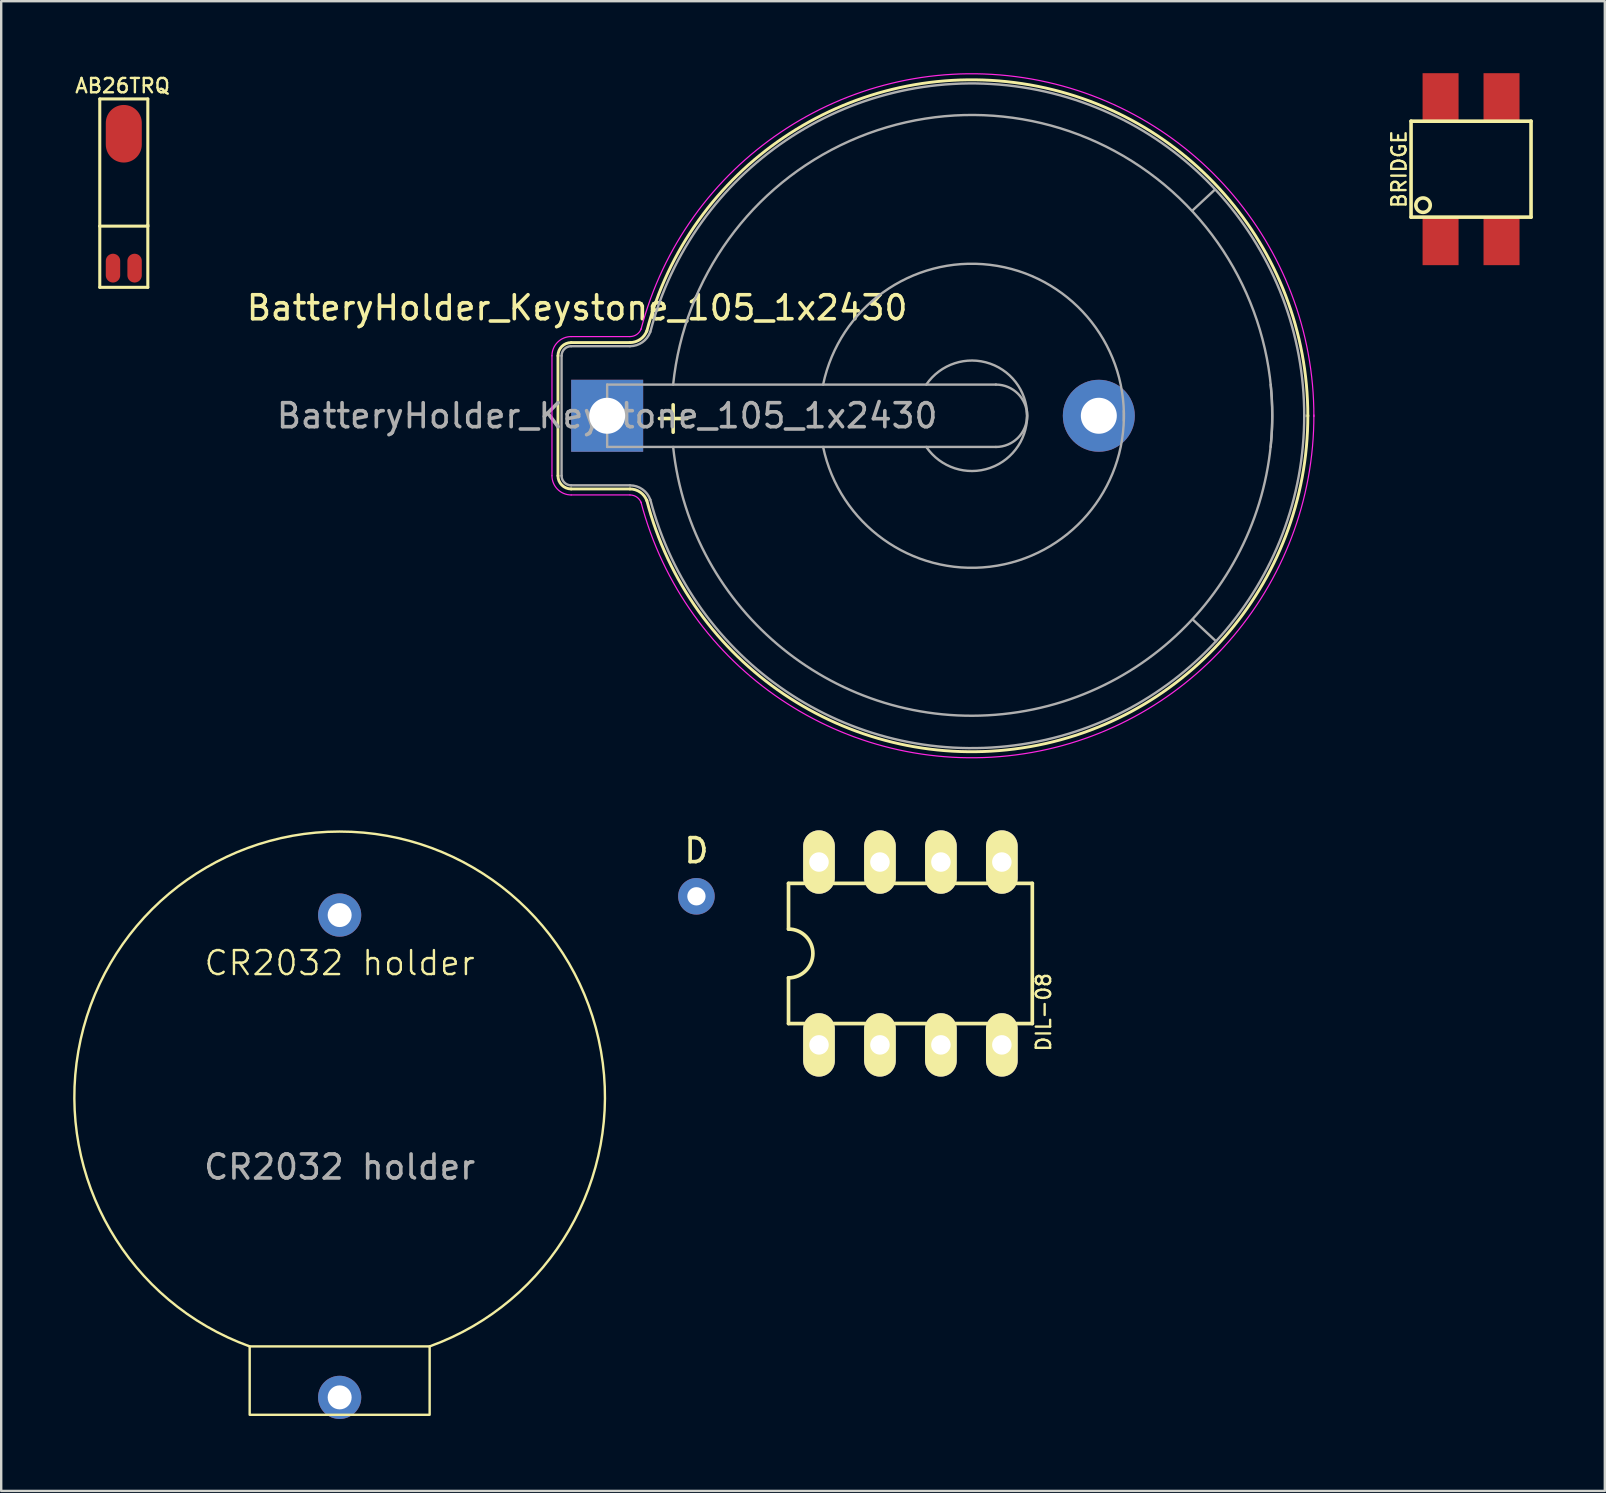
<source format=kicad_pcb>
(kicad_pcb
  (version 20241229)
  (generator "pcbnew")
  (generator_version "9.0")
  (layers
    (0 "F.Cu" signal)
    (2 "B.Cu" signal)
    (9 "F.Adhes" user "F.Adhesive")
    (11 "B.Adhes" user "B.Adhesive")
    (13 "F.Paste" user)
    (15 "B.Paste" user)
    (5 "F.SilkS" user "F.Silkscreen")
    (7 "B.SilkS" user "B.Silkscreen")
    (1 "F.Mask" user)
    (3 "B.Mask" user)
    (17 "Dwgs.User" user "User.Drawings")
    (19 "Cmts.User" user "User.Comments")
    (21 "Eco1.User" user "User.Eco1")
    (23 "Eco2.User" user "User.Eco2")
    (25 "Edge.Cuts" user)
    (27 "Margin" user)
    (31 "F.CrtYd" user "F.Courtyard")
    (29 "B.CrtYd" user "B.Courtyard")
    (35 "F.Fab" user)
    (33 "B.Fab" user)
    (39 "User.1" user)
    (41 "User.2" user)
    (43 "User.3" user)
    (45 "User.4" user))
  (footprint "AB26TRQ"
    (layer "F.Cu")
    (at 2.109 8.124)
    (property "Reference" "AB26TRQ" (at -0.051 -7.6 0) (layer "F.SilkS") (effects (font (size 0.599 0.599) (thickness 0.099))))
    (attr through_hole)
    (fp_line (start -1.001 -7.051) (end -1.001 -1.75) (stroke (width 0.127) (type solid)) (layer "F.SilkS"))
    (fp_line (start -1.001 -1.75) (end -1.001 0.8) (stroke (width 0.127) (type solid)) (layer "F.SilkS"))
    (fp_line (start -1.001 -1.75) (end 1.001 -1.75) (stroke (width 0.127) (type solid)) (layer "F.SilkS"))
    (fp_line (start -1.001 0.8) (end 1.001 0.8) (stroke (width 0.127) (type solid)) (layer "F.SilkS"))
    (fp_line (start 0 -7.051) (end -1.001 -7.051) (stroke (width 0.127) (type solid)) (layer "F.SilkS"))
    (fp_line (start 1.001 -7.051) (end 0.051 -7.051) (stroke (width 0.127) (type solid)) (layer "F.SilkS"))
    (fp_line (start 1.001 -1.75) (end 1.001 -7.051) (stroke (width 0.127) (type solid)) (layer "F.SilkS"))
    (fp_line (start 1.001 0.8) (end 1.001 -1.801) (stroke (width 0.127) (type solid)) (layer "F.SilkS"))
    (pad "1" smd oval (at -0.45 0) (size 0.6 1.2) (layers "F.Cu" "F.Mask" "F.Paste"))
    (pad "2" smd oval (at 0.45 0) (size 0.6 1.2) (layers "F.Cu" "F.Mask" "F.Paste"))
    (pad "3" smd oval (at 0 -5.6) (size 1.5 2.4) (layers "F.Cu" "F.Mask" "F.Paste")))
  (footprint "D"
    (layer "F.Cu")
    (at 25.973 34.303)
    (property "Reference" "D" (at 0 -1.9 0) (layer "F.SilkS") (effects (font (size 1 1) (thickness 0.15))))
    (attr through_hole)
    (pad "1" thru_hole circle (at 0 0) (size 1.524 1.524) (drill 0.762) (layers "*.Cu" "*.Mask")))
  (footprint "CR2032 holder"
    (layer "F.Cu")
    (at 11.105 43.085)
    (property "Reference" "CR2032 holder" (at 0 -6 0) (unlocked yes) (layer "F.SilkS") (effects (font (size 1 1) (thickness 0.1))))
    (attr through_hole)
    (fp_rect (start 3.75 12.825) (end -3.75 9.975) (stroke (width 0.1) (type default)) (fill no) (layer "F.SilkS"))
    (fp_arc (start -3.75 9.975) (mid 0 -11.480429) (end 3.75 9.975) (stroke (width 0.1) (type default)) (layer "F.SilkS"))
    (fp_text user "${REFERENCE}" (at 0 2.5 0) (unlocked yes) (layer "F.Fab") (effects (font (size 1 1) (thickness 0.15))))
    (pad "1" thru_hole circle (at 0 -8) (size 1.8 1.8) (drill 1) (layers "*.Cu" "*.Mask"))
    (pad "2" thru_hole circle (at 0 12.1) (size 1.8 1.8) (drill 1) (layers "*.Cu" "*.Mask")))
  (footprint "DIL-08"
    (layer "F.Cu")
    (at 34.891 36.685)
    (property "Reference" "DIL-08" (at 5.55 2.449 90) (layer "F.SilkS") (effects (font (size 0.599 0.599) (thickness 0.099))))
    (attr exclude_from_pos_files exclude_from_bom)
    (fp_line (start -5.08 -2.921) (end -5.08 -1.016) (stroke (width 0.152) (type solid)) (layer "F.SilkS"))
    (fp_line (start -5.08 2.921) (end -5.08 1.016) (stroke (width 0.152) (type solid)) (layer "F.SilkS"))
    (fp_line (start -5.08 2.921) (end 5.08 2.921) (stroke (width 0.152) (type solid)) (layer "F.SilkS"))
    (fp_line (start 5.08 -2.921) (end -5.08 -2.921) (stroke (width 0.152) (type solid)) (layer "F.SilkS"))
    (fp_line (start 5.08 -2.921) (end 5.08 2.921) (stroke (width 0.152) (type solid)) (layer "F.SilkS"))
    (fp_arc (start -5.08 -1.016) (mid -4.064 0) (end -5.08 1.016) (stroke (width 0.1524) (type solid)) (layer "F.SilkS"))
    (pad "1" thru_hole oval (at -3.81 3.81) (size 1.321 2.642) (drill 0.813) (layers "*.Cu" "*.Mask" "F.SilkS" "B.Paste"))
    (pad "2" thru_hole oval (at -1.27 3.81) (size 1.321 2.642) (drill 0.813) (layers "*.Cu" "*.Mask" "F.SilkS" "B.Paste"))
    (pad "3" thru_hole oval (at 1.27 3.81) (size 1.321 2.642) (drill 0.813) (layers "*.Cu" "*.Mask" "F.SilkS" "B.Paste"))
    (pad "4" thru_hole oval (at 3.81 3.81) (size 1.321 2.642) (drill 0.813) (layers "*.Cu" "*.Mask" "F.SilkS" "B.Paste"))
    (pad "5" thru_hole oval (at 3.81 -3.81) (size 1.321 2.642) (drill 0.813) (layers "*.Cu" "*.Mask" "F.SilkS" "B.Paste"))
    (pad "6" thru_hole oval (at 1.27 -3.81) (size 1.321 2.642) (drill 0.813) (layers "*.Cu" "*.Mask" "F.SilkS" "B.Paste"))
    (pad "7" thru_hole oval (at -1.27 -3.81) (size 1.321 2.642) (drill 0.813) (layers "*.Cu" "*.Mask" "F.SilkS" "B.Paste"))
    (pad "8" thru_hole oval (at -3.81 -3.81) (size 1.321 2.642) (drill 0.813) (layers "*.Cu" "*.Mask" "F.SilkS" "B.Paste")))
  (footprint "BatteryHolder_Keystone_105_1x2430"
    (layer "F.Cu")
    (at 22.253 14.277)
    (property "Reference" "BatteryHolder_Keystone_105_1x2430" (at -1.25 -4.5 0) (layer "F.SilkS") (effects (font (size 1 1) (thickness 0.15))))
    (attr through_hole)
    (fp_line (start -2.05 -2.5) (end -2.05 2.5) (stroke (width 0.12) (type solid)) (layer "F.SilkS"))
    (fp_line (start -1.5 3.05) (end 0.95 3.05) (stroke (width 0.12) (type solid)) (layer "F.SilkS"))
    (fp_line (start 0.95 -3.05) (end -1.5 -3.05) (stroke (width 0.12) (type solid)) (layer "F.SilkS"))
    (fp_arc (start -2.05 -2.5) (mid -1.888909 -2.888909) (end -1.5 -3.05) (stroke (width 0.12) (type solid)) (layer "F.SilkS"))
    (fp_arc (start -1.5 3.05) (mid -1.888909 2.888909) (end -2.05 2.5) (stroke (width 0.12) (type solid)) (layer "F.SilkS"))
    (fp_arc (start 0.95 3.05) (mid 1.380182 3.185636) (end 1.654769 3.543485) (stroke (width 0.12) (type solid)) (layer "F.SilkS"))
    (fp_arc (start 1.65 -3.52) (mid 16.981862 -13.885887) (end 29.199738 0.015231) (stroke (width 0.12) (type solid)) (layer "F.SilkS"))
    (fp_arc (start 1.654769 -3.543485) (mid 1.380182 -3.185636) (end 0.95 -3.05) (stroke (width 0.12) (type solid)) (layer "F.SilkS"))
    (fp_arc (start 29.199738 -0.015231) (mid 16.981862 13.885887) (end 1.65 3.52) (stroke (width 0.12) (type solid)) (layer "F.SilkS"))
    (fp_line (start -2.3 -2.5) (end -2.3 2.5) (stroke (width 0.05) (type solid)) (layer "F.CrtYd"))
    (fp_line (start -1.5 3.3) (end 0.95 3.3) (stroke (width 0.05) (type solid)) (layer "F.CrtYd"))
    (fp_line (start 0.95 -3.3) (end -1.5 -3.3) (stroke (width 0.05) (type solid)) (layer "F.CrtYd"))
    (fp_arc (start -2.3 -2.5) (mid -2.065685 -3.065685) (end -1.5 -3.3) (stroke (width 0.05) (type solid)) (layer "F.CrtYd"))
    (fp_arc (start -1.5 3.3) (mid -2.065685 3.065685) (end -2.3 2.5) (stroke (width 0.05) (type solid)) (layer "F.CrtYd"))
    (fp_arc (start 0.95 3.3) (mid 1.236788 3.390424) (end 1.419846 3.62899) (stroke (width 0.05) (type solid)) (layer "F.CrtYd"))
    (fp_arc (start 1.41 -3.6) (mid 17.030934 -14.134065) (end 29.452124 0.032591) (stroke (width 0.05) (type solid)) (layer "F.CrtYd"))
    (fp_arc (start 1.419846 -3.62899) (mid 1.236788 -3.390424) (end 0.95 -3.3) (stroke (width 0.05) (type solid)) (layer "F.CrtYd"))
    (fp_arc (start 29.452124 -0.032591) (mid 17.030934 14.134065) (end 1.41 3.6) (stroke (width 0.05) (type solid)) (layer "F.CrtYd"))
    (fp_line (start -1.9 -2.5) (end -1.9 2.5) (stroke (width 0.1) (type solid)) (layer "F.Fab"))
    (fp_line (start -1.5 2.9) (end 0.95 2.9) (stroke (width 0.1) (type solid)) (layer "F.Fab"))
    (fp_line (start 0 -1.3) (end 0 1.3) (stroke (width 0.1) (type solid)) (layer "F.Fab"))
    (fp_line (start 0 1.3) (end 16.2 1.3) (stroke (width 0.1) (type solid)) (layer "F.Fab"))
    (fp_line (start 0.95 -2.9) (end -1.5 -2.9) (stroke (width 0.1) (type solid)) (layer "F.Fab"))
    (fp_line (start 16.2 -1.3) (end 0 -1.3) (stroke (width 0.1) (type solid)) (layer "F.Fab"))
    (fp_line (start 24.384 -8.547) (end 25.299 -9.399) (stroke (width 0.1) (type solid)) (layer "F.Fab"))
    (fp_line (start 24.409 8.496) (end 25.375 9.398) (stroke (width 0.1) (type solid)) (layer "F.Fab"))
    (fp_arc (start -1.9 -2.5) (mid -1.782843 -2.782843) (end -1.5 -2.9) (stroke (width 0.1) (type solid)) (layer "F.Fab"))
    (fp_arc (start -1.5 2.9) (mid -1.782843 2.782843) (end -1.9 2.5) (stroke (width 0.1) (type solid)) (layer "F.Fab"))
    (fp_arc (start 0.95 2.9) (mid 1.466219 3.062763) (end 1.795723 3.492182) (stroke (width 0.1) (type solid)) (layer "F.Fab"))
    (fp_arc (start 1.795723 -3.492182) (mid 1.466219 -3.062763) (end 0.95 -2.9) (stroke (width 0.1) (type solid)) (layer "F.Fab"))
    (fp_arc (start 1.8 -3.5) (mid 16.980951 -13.734563) (end 29.049508 0.033425) (stroke (width 0.1) (type solid)) (layer "F.Fab"))
    (fp_arc (start 2.75 -1.3) (mid 16.5 -12.45) (end 27.65 1.3) (stroke (width 0.1) (type solid)) (layer "F.Fab"))
    (fp_arc (start 9 -1.3) (mid 15.954687 -6.28971) (end 21.531551 0.203631) (stroke (width 0.1) (type solid)) (layer "F.Fab"))
    (fp_arc (start 13.3 -1.3) (mid 15.963947 -2.171724) (end 17.495448 0.175833) (stroke (width 0.1) (type solid)) (layer "F.Fab"))
    (fp_arc (start 16.2 -1.3) (mid 17.5 0) (end 16.2 1.3) (stroke (width 0.1) (type solid)) (layer "F.Fab"))
    (fp_arc (start 17.495448 -0.175833) (mid 15.963947 2.171724) (end 13.3 1.3) (stroke (width 0.1) (type solid)) (layer "F.Fab"))
    (fp_arc (start 21.531551 -0.203631) (mid 15.954687 6.28971) (end 9 1.3) (stroke (width 0.1) (type solid)) (layer "F.Fab"))
    (fp_arc (start 27.65 -1.3) (mid 16.5 12.45) (end 2.75 1.3) (stroke (width 0.1) (type solid)) (layer "F.Fab"))
    (fp_arc (start 29.049508 -0.033425) (mid 16.980951 13.734562) (end 1.8 3.5) (stroke (width 0.1) (type solid)) (layer "F.Fab"))
    (fp_text user "+" (at 2.75 0 0) (layer "F.SilkS") (effects (font (size 1.5 1.5) (thickness 0.15))))
    (fp_text user "${REFERENCE}" (at 0 0 0) (layer "F.Fab") (effects (font (size 1 1) (thickness 0.15))))
    (pad "1" thru_hole rect (at 0 0) (size 3 3) (drill 1.5) (layers "*.Cu" "*.Mask"))
    (pad "2" thru_hole circle (at 20.49 0) (size 3 3) (drill 1.5) (layers "*.Cu" "*.Mask")))
  (footprint "BRIDGE"
    (layer "F.Cu")
    (at 58.255 4)
    (property "Reference" "BRIDGE" (at -3 0 90) (layer "F.SilkS") (effects (font (size 0.599 0.599) (thickness 0.099))))
    (attr smd)
    (fp_line (start -2.5 -2) (end -2.5 2) (stroke (width 0.15) (type solid)) (layer "F.SilkS"))
    (fp_line (start -2.5 2) (end 2.5 2) (stroke (width 0.15) (type solid)) (layer "F.SilkS"))
    (fp_line (start 2.5 -2) (end -2.5 -2) (stroke (width 0.15) (type solid)) (layer "F.SilkS"))
    (fp_line (start 2.5 2) (end 2.5 -2) (stroke (width 0.15) (type solid)) (layer "F.SilkS"))
    (fp_circle (center -2 1.5) (end -1.7 1.5) (stroke (width 0.15) (type solid)) (fill no) (layer "F.SilkS"))
    (pad "1" smd rect (at -1.27 3) (size 1.5 2) (layers "F.Cu" "F.Mask" "F.Paste"))
    (pad "2" smd rect (at 1.27 3) (size 1.5 2) (layers "F.Cu" "F.Mask" "F.Paste"))
    (pad "3" smd rect (at 1.27 -3) (size 1.5 2) (layers "F.Cu" "F.Mask" "F.Paste"))
    (pad "4" smd rect (at -1.27 -3) (size 1.5 2) (layers "F.Cu" "F.Mask" "F.Paste")))
  (gr_rect
    (start -3 -3)
    (end 63.83 59.085)
    (stroke (width 0.1) (type default))
    (fill no)
    (layer "Edge.Cuts")))
</source>
